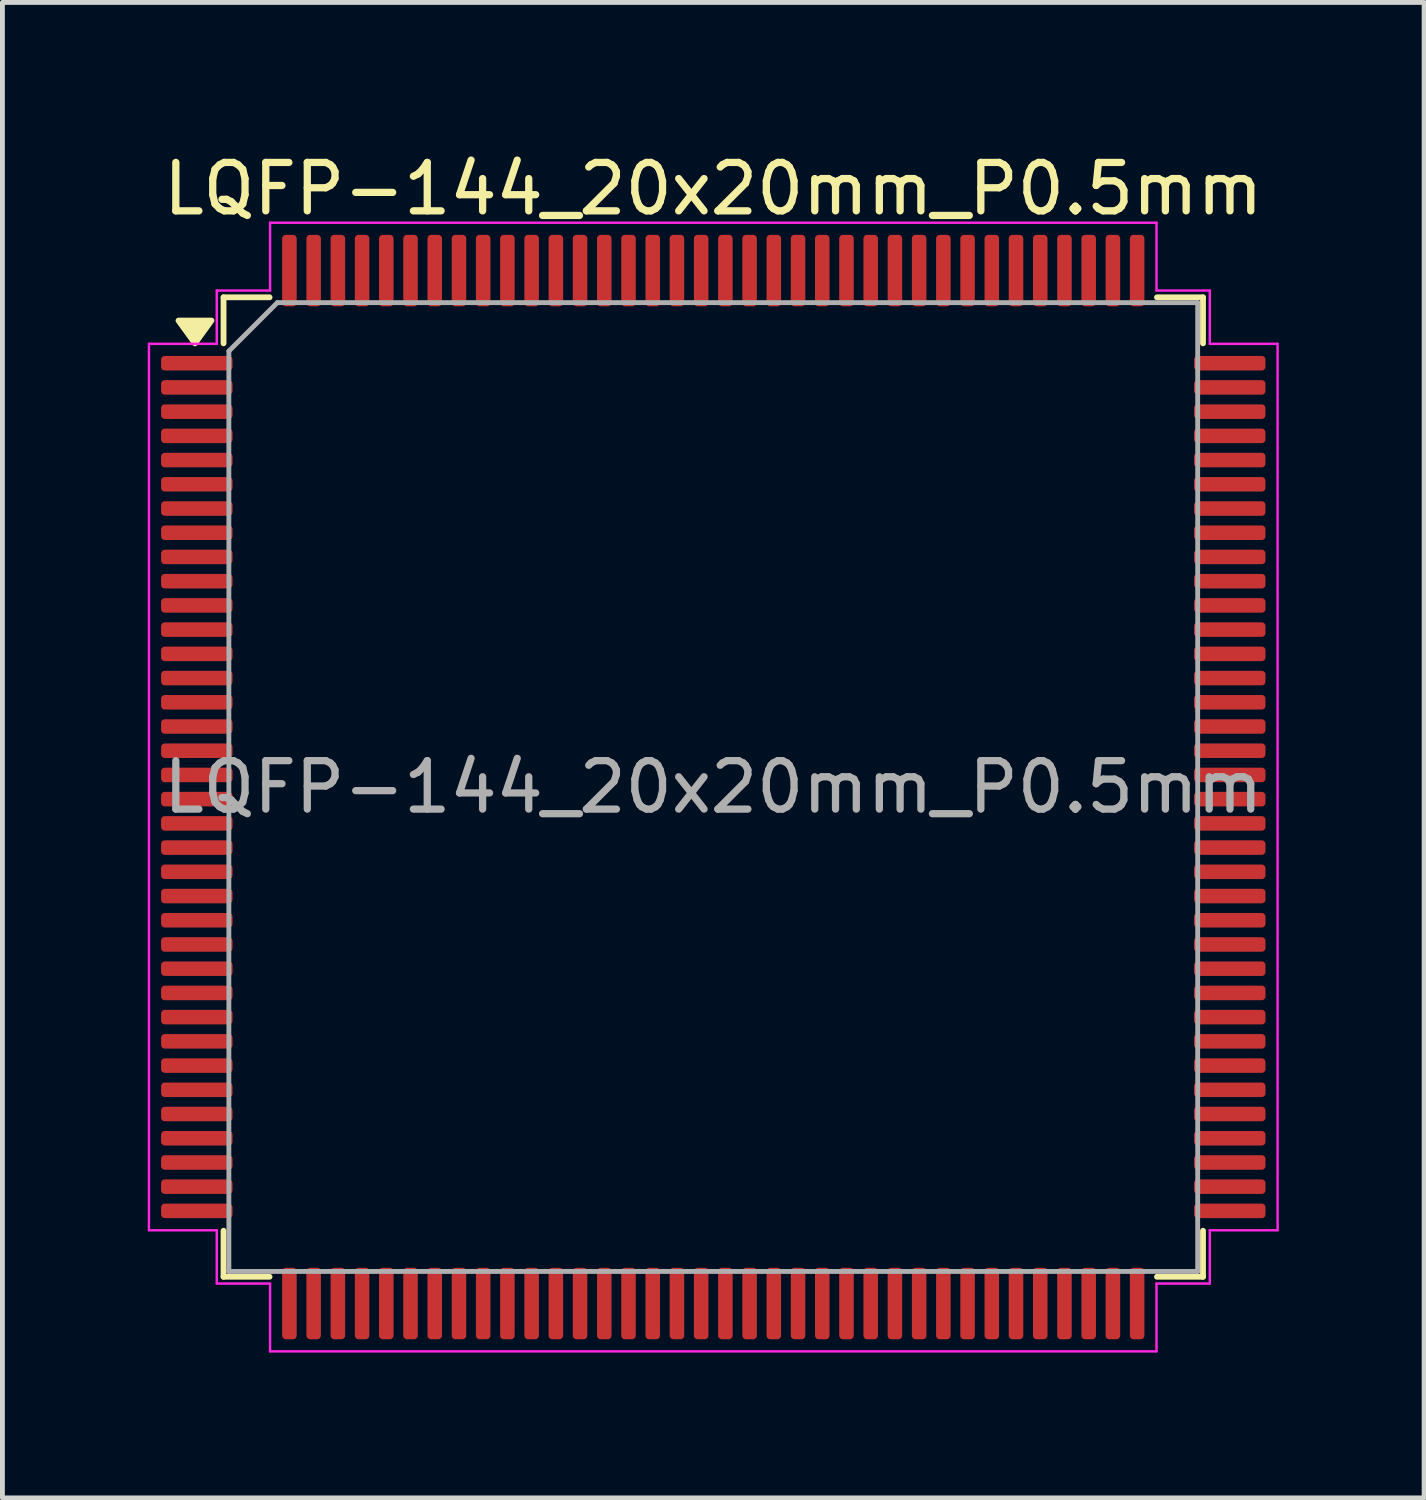
<source format=kicad_pcb>
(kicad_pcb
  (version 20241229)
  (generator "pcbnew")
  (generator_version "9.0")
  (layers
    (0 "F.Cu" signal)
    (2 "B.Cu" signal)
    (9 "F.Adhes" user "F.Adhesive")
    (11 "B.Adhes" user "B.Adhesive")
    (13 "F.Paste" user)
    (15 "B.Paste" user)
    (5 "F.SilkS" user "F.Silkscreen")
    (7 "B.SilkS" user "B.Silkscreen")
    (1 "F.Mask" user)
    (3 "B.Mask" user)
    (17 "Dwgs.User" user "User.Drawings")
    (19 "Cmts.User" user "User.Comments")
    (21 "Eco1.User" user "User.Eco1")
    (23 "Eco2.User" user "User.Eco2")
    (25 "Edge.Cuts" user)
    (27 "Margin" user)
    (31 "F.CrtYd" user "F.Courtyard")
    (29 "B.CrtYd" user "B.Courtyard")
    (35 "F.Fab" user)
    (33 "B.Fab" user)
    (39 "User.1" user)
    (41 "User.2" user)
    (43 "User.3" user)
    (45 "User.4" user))
  (footprint "LQFP-144_20x20mm_P0.5mm"
    (layer "F.Cu")
    (at 11.675 13.198)
    (property "Reference" "LQFP-144_20x20mm_P0.5mm" (at 0 -12.35 0) (layer "F.SilkS") (effects (font (size 1 1) (thickness 0.15))))
    (attr smd)
    (fp_line (start -10.11 -10.11) (end -10.11 -9.16) (stroke (width 0.12) (type solid)) (layer "F.SilkS"))
    (fp_line (start -10.11 10.11) (end -10.11 9.16) (stroke (width 0.12) (type solid)) (layer "F.SilkS"))
    (fp_line (start -9.16 -10.11) (end -10.11 -10.11) (stroke (width 0.12) (type solid)) (layer "F.SilkS"))
    (fp_line (start -9.16 10.11) (end -10.11 10.11) (stroke (width 0.12) (type solid)) (layer "F.SilkS"))
    (fp_line (start 9.16 -10.11) (end 10.11 -10.11) (stroke (width 0.12) (type solid)) (layer "F.SilkS"))
    (fp_line (start 9.16 10.11) (end 10.11 10.11) (stroke (width 0.12) (type solid)) (layer "F.SilkS"))
    (fp_line (start 10.11 -10.11) (end 10.11 -9.16) (stroke (width 0.12) (type solid)) (layer "F.SilkS"))
    (fp_line (start 10.11 10.11) (end 10.11 9.16) (stroke (width 0.12) (type solid)) (layer "F.SilkS"))
    (fp_poly (pts (xy -10.7 -9.16) (xy -11.04 -9.63) (xy -10.36 -9.63)) (stroke (width 0.12) (type solid)) (fill yes) (layer "F.SilkS"))
    (fp_line (start -11.65 -9.15) (end -10.25 -9.15) (stroke (width 0.05) (type solid)) (layer "F.CrtYd"))
    (fp_line (start -11.65 9.15) (end -11.65 -9.15) (stroke (width 0.05) (type solid)) (layer "F.CrtYd"))
    (fp_line (start -10.25 -10.25) (end -9.15 -10.25) (stroke (width 0.05) (type solid)) (layer "F.CrtYd"))
    (fp_line (start -10.25 -9.15) (end -10.25 -10.25) (stroke (width 0.05) (type solid)) (layer "F.CrtYd"))
    (fp_line (start -10.25 9.15) (end -11.65 9.15) (stroke (width 0.05) (type solid)) (layer "F.CrtYd"))
    (fp_line (start -10.25 10.25) (end -10.25 9.15) (stroke (width 0.05) (type solid)) (layer "F.CrtYd"))
    (fp_line (start -9.15 -11.65) (end 9.15 -11.65) (stroke (width 0.05) (type solid)) (layer "F.CrtYd"))
    (fp_line (start -9.15 -10.25) (end -9.15 -11.65) (stroke (width 0.05) (type solid)) (layer "F.CrtYd"))
    (fp_line (start -9.15 10.25) (end -10.25 10.25) (stroke (width 0.05) (type solid)) (layer "F.CrtYd"))
    (fp_line (start -9.15 11.65) (end -9.15 10.25) (stroke (width 0.05) (type solid)) (layer "F.CrtYd"))
    (fp_line (start 9.15 -11.65) (end 9.15 -10.25) (stroke (width 0.05) (type solid)) (layer "F.CrtYd"))
    (fp_line (start 9.15 -10.25) (end 10.25 -10.25) (stroke (width 0.05) (type solid)) (layer "F.CrtYd"))
    (fp_line (start 9.15 10.25) (end 9.15 11.65) (stroke (width 0.05) (type solid)) (layer "F.CrtYd"))
    (fp_line (start 9.15 11.65) (end -9.15 11.65) (stroke (width 0.05) (type solid)) (layer "F.CrtYd"))
    (fp_line (start 10.25 -10.25) (end 10.25 -9.15) (stroke (width 0.05) (type solid)) (layer "F.CrtYd"))
    (fp_line (start 10.25 -9.15) (end 11.65 -9.15) (stroke (width 0.05) (type solid)) (layer "F.CrtYd"))
    (fp_line (start 10.25 9.15) (end 10.25 10.25) (stroke (width 0.05) (type solid)) (layer "F.CrtYd"))
    (fp_line (start 10.25 10.25) (end 9.15 10.25) (stroke (width 0.05) (type solid)) (layer "F.CrtYd"))
    (fp_line (start 11.65 -9.15) (end 11.65 9.15) (stroke (width 0.05) (type solid)) (layer "F.CrtYd"))
    (fp_line (start 11.65 9.15) (end 10.25 9.15) (stroke (width 0.05) (type solid)) (layer "F.CrtYd"))
    (fp_line (start -10 -9) (end -9 -10) (stroke (width 0.1) (type solid)) (layer "F.Fab"))
    (fp_line (start -10 10) (end -10 -9) (stroke (width 0.1) (type solid)) (layer "F.Fab"))
    (fp_line (start -9 -10) (end 10 -10) (stroke (width 0.1) (type solid)) (layer "F.Fab"))
    (fp_line (start 10 -10) (end 10 10) (stroke (width 0.1) (type solid)) (layer "F.Fab"))
    (fp_line (start 10 10) (end -10 10) (stroke (width 0.1) (type solid)) (layer "F.Fab"))
    (fp_text user "${REFERENCE}" (at 0 0 0) (layer "F.Fab") (effects (font (size 1 1) (thickness 0.15))))
    (pad "1" smd roundrect (at -10.662 -8.75) (size 1.475 0.3) (layers "F.Cu" "F.Mask" "F.Paste") (roundrect_rratio 0.25))
    (pad "2" smd roundrect (at -10.662 -8.25) (size 1.475 0.3) (layers "F.Cu" "F.Mask" "F.Paste") (roundrect_rratio 0.25))
    (pad "3" smd roundrect (at -10.662 -7.75) (size 1.475 0.3) (layers "F.Cu" "F.Mask" "F.Paste") (roundrect_rratio 0.25))
    (pad "4" smd roundrect (at -10.662 -7.25) (size 1.475 0.3) (layers "F.Cu" "F.Mask" "F.Paste") (roundrect_rratio 0.25))
    (pad "5" smd roundrect (at -10.662 -6.75) (size 1.475 0.3) (layers "F.Cu" "F.Mask" "F.Paste") (roundrect_rratio 0.25))
    (pad "6" smd roundrect (at -10.662 -6.25) (size 1.475 0.3) (layers "F.Cu" "F.Mask" "F.Paste") (roundrect_rratio 0.25))
    (pad "7" smd roundrect (at -10.662 -5.75) (size 1.475 0.3) (layers "F.Cu" "F.Mask" "F.Paste") (roundrect_rratio 0.25))
    (pad "8" smd roundrect (at -10.662 -5.25) (size 1.475 0.3) (layers "F.Cu" "F.Mask" "F.Paste") (roundrect_rratio 0.25))
    (pad "9" smd roundrect (at -10.662 -4.75) (size 1.475 0.3) (layers "F.Cu" "F.Mask" "F.Paste") (roundrect_rratio 0.25))
    (pad "10" smd roundrect (at -10.662 -4.25) (size 1.475 0.3) (layers "F.Cu" "F.Mask" "F.Paste") (roundrect_rratio 0.25))
    (pad "11" smd roundrect (at -10.662 -3.75) (size 1.475 0.3) (layers "F.Cu" "F.Mask" "F.Paste") (roundrect_rratio 0.25))
    (pad "12" smd roundrect (at -10.662 -3.25) (size 1.475 0.3) (layers "F.Cu" "F.Mask" "F.Paste") (roundrect_rratio 0.25))
    (pad "13" smd roundrect (at -10.662 -2.75) (size 1.475 0.3) (layers "F.Cu" "F.Mask" "F.Paste") (roundrect_rratio 0.25))
    (pad "14" smd roundrect (at -10.662 -2.25) (size 1.475 0.3) (layers "F.Cu" "F.Mask" "F.Paste") (roundrect_rratio 0.25))
    (pad "15" smd roundrect (at -10.662 -1.75) (size 1.475 0.3) (layers "F.Cu" "F.Mask" "F.Paste") (roundrect_rratio 0.25))
    (pad "16" smd roundrect (at -10.662 -1.25) (size 1.475 0.3) (layers "F.Cu" "F.Mask" "F.Paste") (roundrect_rratio 0.25))
    (pad "17" smd roundrect (at -10.662 -0.75) (size 1.475 0.3) (layers "F.Cu" "F.Mask" "F.Paste") (roundrect_rratio 0.25))
    (pad "18" smd roundrect (at -10.662 -0.25) (size 1.475 0.3) (layers "F.Cu" "F.Mask" "F.Paste") (roundrect_rratio 0.25))
    (pad "19" smd roundrect (at -10.662 0.25) (size 1.475 0.3) (layers "F.Cu" "F.Mask" "F.Paste") (roundrect_rratio 0.25))
    (pad "20" smd roundrect (at -10.662 0.75) (size 1.475 0.3) (layers "F.Cu" "F.Mask" "F.Paste") (roundrect_rratio 0.25))
    (pad "21" smd roundrect (at -10.662 1.25) (size 1.475 0.3) (layers "F.Cu" "F.Mask" "F.Paste") (roundrect_rratio 0.25))
    (pad "22" smd roundrect (at -10.662 1.75) (size 1.475 0.3) (layers "F.Cu" "F.Mask" "F.Paste") (roundrect_rratio 0.25))
    (pad "23" smd roundrect (at -10.662 2.25) (size 1.475 0.3) (layers "F.Cu" "F.Mask" "F.Paste") (roundrect_rratio 0.25))
    (pad "24" smd roundrect (at -10.662 2.75) (size 1.475 0.3) (layers "F.Cu" "F.Mask" "F.Paste") (roundrect_rratio 0.25))
    (pad "25" smd roundrect (at -10.662 3.25) (size 1.475 0.3) (layers "F.Cu" "F.Mask" "F.Paste") (roundrect_rratio 0.25))
    (pad "26" smd roundrect (at -10.662 3.75) (size 1.475 0.3) (layers "F.Cu" "F.Mask" "F.Paste") (roundrect_rratio 0.25))
    (pad "27" smd roundrect (at -10.662 4.25) (size 1.475 0.3) (layers "F.Cu" "F.Mask" "F.Paste") (roundrect_rratio 0.25))
    (pad "28" smd roundrect (at -10.662 4.75) (size 1.475 0.3) (layers "F.Cu" "F.Mask" "F.Paste") (roundrect_rratio 0.25))
    (pad "29" smd roundrect (at -10.662 5.25) (size 1.475 0.3) (layers "F.Cu" "F.Mask" "F.Paste") (roundrect_rratio 0.25))
    (pad "30" smd roundrect (at -10.662 5.75) (size 1.475 0.3) (layers "F.Cu" "F.Mask" "F.Paste") (roundrect_rratio 0.25))
    (pad "31" smd roundrect (at -10.662 6.25) (size 1.475 0.3) (layers "F.Cu" "F.Mask" "F.Paste") (roundrect_rratio 0.25))
    (pad "32" smd roundrect (at -10.662 6.75) (size 1.475 0.3) (layers "F.Cu" "F.Mask" "F.Paste") (roundrect_rratio 0.25))
    (pad "33" smd roundrect (at -10.662 7.25) (size 1.475 0.3) (layers "F.Cu" "F.Mask" "F.Paste") (roundrect_rratio 0.25))
    (pad "34" smd roundrect (at -10.662 7.75) (size 1.475 0.3) (layers "F.Cu" "F.Mask" "F.Paste") (roundrect_rratio 0.25))
    (pad "35" smd roundrect (at -10.662 8.25) (size 1.475 0.3) (layers "F.Cu" "F.Mask" "F.Paste") (roundrect_rratio 0.25))
    (pad "36" smd roundrect (at -10.662 8.75) (size 1.475 0.3) (layers "F.Cu" "F.Mask" "F.Paste") (roundrect_rratio 0.25))
    (pad "37" smd roundrect (at -8.75 10.662) (size 0.3 1.475) (layers "F.Cu" "F.Mask" "F.Paste") (roundrect_rratio 0.25))
    (pad "38" smd roundrect (at -8.25 10.662) (size 0.3 1.475) (layers "F.Cu" "F.Mask" "F.Paste") (roundrect_rratio 0.25))
    (pad "39" smd roundrect (at -7.75 10.662) (size 0.3 1.475) (layers "F.Cu" "F.Mask" "F.Paste") (roundrect_rratio 0.25))
    (pad "40" smd roundrect (at -7.25 10.662) (size 0.3 1.475) (layers "F.Cu" "F.Mask" "F.Paste") (roundrect_rratio 0.25))
    (pad "41" smd roundrect (at -6.75 10.662) (size 0.3 1.475) (layers "F.Cu" "F.Mask" "F.Paste") (roundrect_rratio 0.25))
    (pad "42" smd roundrect (at -6.25 10.662) (size 0.3 1.475) (layers "F.Cu" "F.Mask" "F.Paste") (roundrect_rratio 0.25))
    (pad "43" smd roundrect (at -5.75 10.662) (size 0.3 1.475) (layers "F.Cu" "F.Mask" "F.Paste") (roundrect_rratio 0.25))
    (pad "44" smd roundrect (at -5.25 10.662) (size 0.3 1.475) (layers "F.Cu" "F.Mask" "F.Paste") (roundrect_rratio 0.25))
    (pad "45" smd roundrect (at -4.75 10.662) (size 0.3 1.475) (layers "F.Cu" "F.Mask" "F.Paste") (roundrect_rratio 0.25))
    (pad "46" smd roundrect (at -4.25 10.662) (size 0.3 1.475) (layers "F.Cu" "F.Mask" "F.Paste") (roundrect_rratio 0.25))
    (pad "47" smd roundrect (at -3.75 10.662) (size 0.3 1.475) (layers "F.Cu" "F.Mask" "F.Paste") (roundrect_rratio 0.25))
    (pad "48" smd roundrect (at -3.25 10.662) (size 0.3 1.475) (layers "F.Cu" "F.Mask" "F.Paste") (roundrect_rratio 0.25))
    (pad "49" smd roundrect (at -2.75 10.662) (size 0.3 1.475) (layers "F.Cu" "F.Mask" "F.Paste") (roundrect_rratio 0.25))
    (pad "50" smd roundrect (at -2.25 10.662) (size 0.3 1.475) (layers "F.Cu" "F.Mask" "F.Paste") (roundrect_rratio 0.25))
    (pad "51" smd roundrect (at -1.75 10.662) (size 0.3 1.475) (layers "F.Cu" "F.Mask" "F.Paste") (roundrect_rratio 0.25))
    (pad "52" smd roundrect (at -1.25 10.662) (size 0.3 1.475) (layers "F.Cu" "F.Mask" "F.Paste") (roundrect_rratio 0.25))
    (pad "53" smd roundrect (at -0.75 10.662) (size 0.3 1.475) (layers "F.Cu" "F.Mask" "F.Paste") (roundrect_rratio 0.25))
    (pad "54" smd roundrect (at -0.25 10.662) (size 0.3 1.475) (layers "F.Cu" "F.Mask" "F.Paste") (roundrect_rratio 0.25))
    (pad "55" smd roundrect (at 0.25 10.662) (size 0.3 1.475) (layers "F.Cu" "F.Mask" "F.Paste") (roundrect_rratio 0.25))
    (pad "56" smd roundrect (at 0.75 10.662) (size 0.3 1.475) (layers "F.Cu" "F.Mask" "F.Paste") (roundrect_rratio 0.25))
    (pad "57" smd roundrect (at 1.25 10.662) (size 0.3 1.475) (layers "F.Cu" "F.Mask" "F.Paste") (roundrect_rratio 0.25))
    (pad "58" smd roundrect (at 1.75 10.662) (size 0.3 1.475) (layers "F.Cu" "F.Mask" "F.Paste") (roundrect_rratio 0.25))
    (pad "59" smd roundrect (at 2.25 10.662) (size 0.3 1.475) (layers "F.Cu" "F.Mask" "F.Paste") (roundrect_rratio 0.25))
    (pad "60" smd roundrect (at 2.75 10.662) (size 0.3 1.475) (layers "F.Cu" "F.Mask" "F.Paste") (roundrect_rratio 0.25))
    (pad "61" smd roundrect (at 3.25 10.662) (size 0.3 1.475) (layers "F.Cu" "F.Mask" "F.Paste") (roundrect_rratio 0.25))
    (pad "62" smd roundrect (at 3.75 10.662) (size 0.3 1.475) (layers "F.Cu" "F.Mask" "F.Paste") (roundrect_rratio 0.25))
    (pad "63" smd roundrect (at 4.25 10.662) (size 0.3 1.475) (layers "F.Cu" "F.Mask" "F.Paste") (roundrect_rratio 0.25))
    (pad "64" smd roundrect (at 4.75 10.662) (size 0.3 1.475) (layers "F.Cu" "F.Mask" "F.Paste") (roundrect_rratio 0.25))
    (pad "65" smd roundrect (at 5.25 10.662) (size 0.3 1.475) (layers "F.Cu" "F.Mask" "F.Paste") (roundrect_rratio 0.25))
    (pad "66" smd roundrect (at 5.75 10.662) (size 0.3 1.475) (layers "F.Cu" "F.Mask" "F.Paste") (roundrect_rratio 0.25))
    (pad "67" smd roundrect (at 6.25 10.662) (size 0.3 1.475) (layers "F.Cu" "F.Mask" "F.Paste") (roundrect_rratio 0.25))
    (pad "68" smd roundrect (at 6.75 10.662) (size 0.3 1.475) (layers "F.Cu" "F.Mask" "F.Paste") (roundrect_rratio 0.25))
    (pad "69" smd roundrect (at 7.25 10.662) (size 0.3 1.475) (layers "F.Cu" "F.Mask" "F.Paste") (roundrect_rratio 0.25))
    (pad "70" smd roundrect (at 7.75 10.662) (size 0.3 1.475) (layers "F.Cu" "F.Mask" "F.Paste") (roundrect_rratio 0.25))
    (pad "71" smd roundrect (at 8.25 10.662) (size 0.3 1.475) (layers "F.Cu" "F.Mask" "F.Paste") (roundrect_rratio 0.25))
    (pad "72" smd roundrect (at 8.75 10.662) (size 0.3 1.475) (layers "F.Cu" "F.Mask" "F.Paste") (roundrect_rratio 0.25))
    (pad "73" smd roundrect (at 10.662 8.75) (size 1.475 0.3) (layers "F.Cu" "F.Mask" "F.Paste") (roundrect_rratio 0.25))
    (pad "74" smd roundrect (at 10.662 8.25) (size 1.475 0.3) (layers "F.Cu" "F.Mask" "F.Paste") (roundrect_rratio 0.25))
    (pad "75" smd roundrect (at 10.662 7.75) (size 1.475 0.3) (layers "F.Cu" "F.Mask" "F.Paste") (roundrect_rratio 0.25))
    (pad "76" smd roundrect (at 10.662 7.25) (size 1.475 0.3) (layers "F.Cu" "F.Mask" "F.Paste") (roundrect_rratio 0.25))
    (pad "77" smd roundrect (at 10.662 6.75) (size 1.475 0.3) (layers "F.Cu" "F.Mask" "F.Paste") (roundrect_rratio 0.25))
    (pad "78" smd roundrect (at 10.662 6.25) (size 1.475 0.3) (layers "F.Cu" "F.Mask" "F.Paste") (roundrect_rratio 0.25))
    (pad "79" smd roundrect (at 10.662 5.75) (size 1.475 0.3) (layers "F.Cu" "F.Mask" "F.Paste") (roundrect_rratio 0.25))
    (pad "80" smd roundrect (at 10.662 5.25) (size 1.475 0.3) (layers "F.Cu" "F.Mask" "F.Paste") (roundrect_rratio 0.25))
    (pad "81" smd roundrect (at 10.662 4.75) (size 1.475 0.3) (layers "F.Cu" "F.Mask" "F.Paste") (roundrect_rratio 0.25))
    (pad "82" smd roundrect (at 10.662 4.25) (size 1.475 0.3) (layers "F.Cu" "F.Mask" "F.Paste") (roundrect_rratio 0.25))
    (pad "83" smd roundrect (at 10.662 3.75) (size 1.475 0.3) (layers "F.Cu" "F.Mask" "F.Paste") (roundrect_rratio 0.25))
    (pad "84" smd roundrect (at 10.662 3.25) (size 1.475 0.3) (layers "F.Cu" "F.Mask" "F.Paste") (roundrect_rratio 0.25))
    (pad "85" smd roundrect (at 10.662 2.75) (size 1.475 0.3) (layers "F.Cu" "F.Mask" "F.Paste") (roundrect_rratio 0.25))
    (pad "86" smd roundrect (at 10.662 2.25) (size 1.475 0.3) (layers "F.Cu" "F.Mask" "F.Paste") (roundrect_rratio 0.25))
    (pad "87" smd roundrect (at 10.662 1.75) (size 1.475 0.3) (layers "F.Cu" "F.Mask" "F.Paste") (roundrect_rratio 0.25))
    (pad "88" smd roundrect (at 10.662 1.25) (size 1.475 0.3) (layers "F.Cu" "F.Mask" "F.Paste") (roundrect_rratio 0.25))
    (pad "89" smd roundrect (at 10.662 0.75) (size 1.475 0.3) (layers "F.Cu" "F.Mask" "F.Paste") (roundrect_rratio 0.25))
    (pad "90" smd roundrect (at 10.662 0.25) (size 1.475 0.3) (layers "F.Cu" "F.Mask" "F.Paste") (roundrect_rratio 0.25))
    (pad "91" smd roundrect (at 10.662 -0.25) (size 1.475 0.3) (layers "F.Cu" "F.Mask" "F.Paste") (roundrect_rratio 0.25))
    (pad "92" smd roundrect (at 10.662 -0.75) (size 1.475 0.3) (layers "F.Cu" "F.Mask" "F.Paste") (roundrect_rratio 0.25))
    (pad "93" smd roundrect (at 10.662 -1.25) (size 1.475 0.3) (layers "F.Cu" "F.Mask" "F.Paste") (roundrect_rratio 0.25))
    (pad "94" smd roundrect (at 10.662 -1.75) (size 1.475 0.3) (layers "F.Cu" "F.Mask" "F.Paste") (roundrect_rratio 0.25))
    (pad "95" smd roundrect (at 10.662 -2.25) (size 1.475 0.3) (layers "F.Cu" "F.Mask" "F.Paste") (roundrect_rratio 0.25))
    (pad "96" smd roundrect (at 10.662 -2.75) (size 1.475 0.3) (layers "F.Cu" "F.Mask" "F.Paste") (roundrect_rratio 0.25))
    (pad "97" smd roundrect (at 10.662 -3.25) (size 1.475 0.3) (layers "F.Cu" "F.Mask" "F.Paste") (roundrect_rratio 0.25))
    (pad "98" smd roundrect (at 10.662 -3.75) (size 1.475 0.3) (layers "F.Cu" "F.Mask" "F.Paste") (roundrect_rratio 0.25))
    (pad "99" smd roundrect (at 10.662 -4.25) (size 1.475 0.3) (layers "F.Cu" "F.Mask" "F.Paste") (roundrect_rratio 0.25))
    (pad "100" smd roundrect (at 10.662 -4.75) (size 1.475 0.3) (layers "F.Cu" "F.Mask" "F.Paste") (roundrect_rratio 0.25))
    (pad "101" smd roundrect (at 10.662 -5.25) (size 1.475 0.3) (layers "F.Cu" "F.Mask" "F.Paste") (roundrect_rratio 0.25))
    (pad "102" smd roundrect (at 10.662 -5.75) (size 1.475 0.3) (layers "F.Cu" "F.Mask" "F.Paste") (roundrect_rratio 0.25))
    (pad "103" smd roundrect (at 10.662 -6.25) (size 1.475 0.3) (layers "F.Cu" "F.Mask" "F.Paste") (roundrect_rratio 0.25))
    (pad "104" smd roundrect (at 10.662 -6.75) (size 1.475 0.3) (layers "F.Cu" "F.Mask" "F.Paste") (roundrect_rratio 0.25))
    (pad "105" smd roundrect (at 10.662 -7.25) (size 1.475 0.3) (layers "F.Cu" "F.Mask" "F.Paste") (roundrect_rratio 0.25))
    (pad "106" smd roundrect (at 10.662 -7.75) (size 1.475 0.3) (layers "F.Cu" "F.Mask" "F.Paste") (roundrect_rratio 0.25))
    (pad "107" smd roundrect (at 10.662 -8.25) (size 1.475 0.3) (layers "F.Cu" "F.Mask" "F.Paste") (roundrect_rratio 0.25))
    (pad "108" smd roundrect (at 10.662 -8.75) (size 1.475 0.3) (layers "F.Cu" "F.Mask" "F.Paste") (roundrect_rratio 0.25))
    (pad "109" smd roundrect (at 8.75 -10.662) (size 0.3 1.475) (layers "F.Cu" "F.Mask" "F.Paste") (roundrect_rratio 0.25))
    (pad "110" smd roundrect (at 8.25 -10.662) (size 0.3 1.475) (layers "F.Cu" "F.Mask" "F.Paste") (roundrect_rratio 0.25))
    (pad "111" smd roundrect (at 7.75 -10.662) (size 0.3 1.475) (layers "F.Cu" "F.Mask" "F.Paste") (roundrect_rratio 0.25))
    (pad "112" smd roundrect (at 7.25 -10.662) (size 0.3 1.475) (layers "F.Cu" "F.Mask" "F.Paste") (roundrect_rratio 0.25))
    (pad "113" smd roundrect (at 6.75 -10.662) (size 0.3 1.475) (layers "F.Cu" "F.Mask" "F.Paste") (roundrect_rratio 0.25))
    (pad "114" smd roundrect (at 6.25 -10.662) (size 0.3 1.475) (layers "F.Cu" "F.Mask" "F.Paste") (roundrect_rratio 0.25))
    (pad "115" smd roundrect (at 5.75 -10.662) (size 0.3 1.475) (layers "F.Cu" "F.Mask" "F.Paste") (roundrect_rratio 0.25))
    (pad "116" smd roundrect (at 5.25 -10.662) (size 0.3 1.475) (layers "F.Cu" "F.Mask" "F.Paste") (roundrect_rratio 0.25))
    (pad "117" smd roundrect (at 4.75 -10.662) (size 0.3 1.475) (layers "F.Cu" "F.Mask" "F.Paste") (roundrect_rratio 0.25))
    (pad "118" smd roundrect (at 4.25 -10.662) (size 0.3 1.475) (layers "F.Cu" "F.Mask" "F.Paste") (roundrect_rratio 0.25))
    (pad "119" smd roundrect (at 3.75 -10.662) (size 0.3 1.475) (layers "F.Cu" "F.Mask" "F.Paste") (roundrect_rratio 0.25))
    (pad "120" smd roundrect (at 3.25 -10.662) (size 0.3 1.475) (layers "F.Cu" "F.Mask" "F.Paste") (roundrect_rratio 0.25))
    (pad "121" smd roundrect (at 2.75 -10.662) (size 0.3 1.475) (layers "F.Cu" "F.Mask" "F.Paste") (roundrect_rratio 0.25))
    (pad "122" smd roundrect (at 2.25 -10.662) (size 0.3 1.475) (layers "F.Cu" "F.Mask" "F.Paste") (roundrect_rratio 0.25))
    (pad "123" smd roundrect (at 1.75 -10.662) (size 0.3 1.475) (layers "F.Cu" "F.Mask" "F.Paste") (roundrect_rratio 0.25))
    (pad "124" smd roundrect (at 1.25 -10.662) (size 0.3 1.475) (layers "F.Cu" "F.Mask" "F.Paste") (roundrect_rratio 0.25))
    (pad "125" smd roundrect (at 0.75 -10.662) (size 0.3 1.475) (layers "F.Cu" "F.Mask" "F.Paste") (roundrect_rratio 0.25))
    (pad "126" smd roundrect (at 0.25 -10.662) (size 0.3 1.475) (layers "F.Cu" "F.Mask" "F.Paste") (roundrect_rratio 0.25))
    (pad "127" smd roundrect (at -0.25 -10.662) (size 0.3 1.475) (layers "F.Cu" "F.Mask" "F.Paste") (roundrect_rratio 0.25))
    (pad "128" smd roundrect (at -0.75 -10.662) (size 0.3 1.475) (layers "F.Cu" "F.Mask" "F.Paste") (roundrect_rratio 0.25))
    (pad "129" smd roundrect (at -1.25 -10.662) (size 0.3 1.475) (layers "F.Cu" "F.Mask" "F.Paste") (roundrect_rratio 0.25))
    (pad "130" smd roundrect (at -1.75 -10.662) (size 0.3 1.475) (layers "F.Cu" "F.Mask" "F.Paste") (roundrect_rratio 0.25))
    (pad "131" smd roundrect (at -2.25 -10.662) (size 0.3 1.475) (layers "F.Cu" "F.Mask" "F.Paste") (roundrect_rratio 0.25))
    (pad "132" smd roundrect (at -2.75 -10.662) (size 0.3 1.475) (layers "F.Cu" "F.Mask" "F.Paste") (roundrect_rratio 0.25))
    (pad "133" smd roundrect (at -3.25 -10.662) (size 0.3 1.475) (layers "F.Cu" "F.Mask" "F.Paste") (roundrect_rratio 0.25))
    (pad "134" smd roundrect (at -3.75 -10.662) (size 0.3 1.475) (layers "F.Cu" "F.Mask" "F.Paste") (roundrect_rratio 0.25))
    (pad "135" smd roundrect (at -4.25 -10.662) (size 0.3 1.475) (layers "F.Cu" "F.Mask" "F.Paste") (roundrect_rratio 0.25))
    (pad "136" smd roundrect (at -4.75 -10.662) (size 0.3 1.475) (layers "F.Cu" "F.Mask" "F.Paste") (roundrect_rratio 0.25))
    (pad "137" smd roundrect (at -5.25 -10.662) (size 0.3 1.475) (layers "F.Cu" "F.Mask" "F.Paste") (roundrect_rratio 0.25))
    (pad "138" smd roundrect (at -5.75 -10.662) (size 0.3 1.475) (layers "F.Cu" "F.Mask" "F.Paste") (roundrect_rratio 0.25))
    (pad "139" smd roundrect (at -6.25 -10.662) (size 0.3 1.475) (layers "F.Cu" "F.Mask" "F.Paste") (roundrect_rratio 0.25))
    (pad "140" smd roundrect (at -6.75 -10.662) (size 0.3 1.475) (layers "F.Cu" "F.Mask" "F.Paste") (roundrect_rratio 0.25))
    (pad "141" smd roundrect (at -7.25 -10.662) (size 0.3 1.475) (layers "F.Cu" "F.Mask" "F.Paste") (roundrect_rratio 0.25))
    (pad "142" smd roundrect (at -7.75 -10.662) (size 0.3 1.475) (layers "F.Cu" "F.Mask" "F.Paste") (roundrect_rratio 0.25))
    (pad "143" smd roundrect (at -8.25 -10.662) (size 0.3 1.475) (layers "F.Cu" "F.Mask" "F.Paste") (roundrect_rratio 0.25))
    (pad "144" smd roundrect (at -8.75 -10.662) (size 0.3 1.475) (layers "F.Cu" "F.Mask" "F.Paste") (roundrect_rratio 0.25)))
  (gr_rect
    (start -3 -3)
    (end 26.35 27.873)
    (stroke (width 0.1) (type default))
    (fill no)
    (layer "Edge.Cuts")))
</source>
